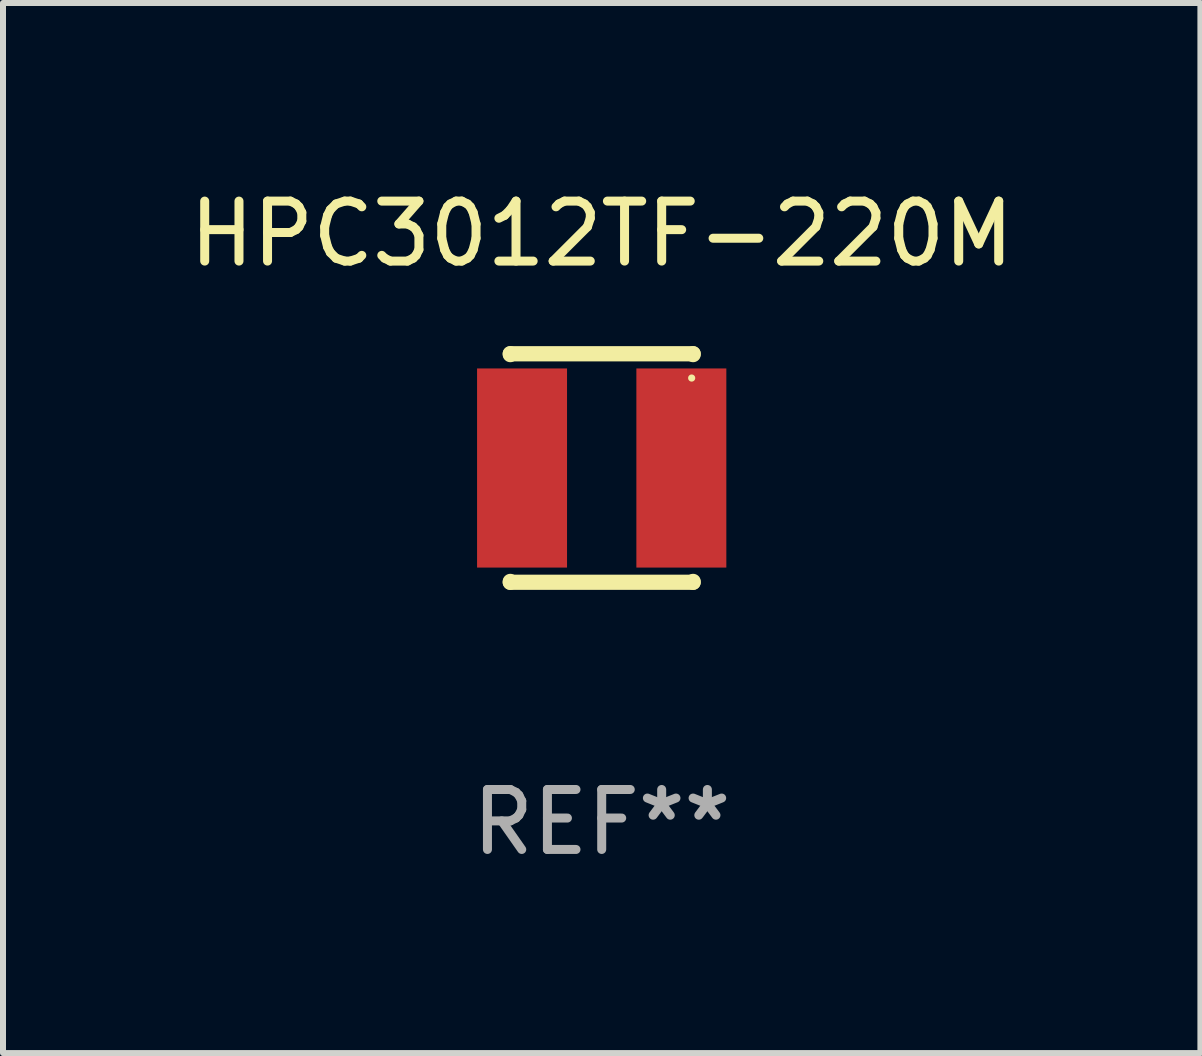
<source format=kicad_pcb>
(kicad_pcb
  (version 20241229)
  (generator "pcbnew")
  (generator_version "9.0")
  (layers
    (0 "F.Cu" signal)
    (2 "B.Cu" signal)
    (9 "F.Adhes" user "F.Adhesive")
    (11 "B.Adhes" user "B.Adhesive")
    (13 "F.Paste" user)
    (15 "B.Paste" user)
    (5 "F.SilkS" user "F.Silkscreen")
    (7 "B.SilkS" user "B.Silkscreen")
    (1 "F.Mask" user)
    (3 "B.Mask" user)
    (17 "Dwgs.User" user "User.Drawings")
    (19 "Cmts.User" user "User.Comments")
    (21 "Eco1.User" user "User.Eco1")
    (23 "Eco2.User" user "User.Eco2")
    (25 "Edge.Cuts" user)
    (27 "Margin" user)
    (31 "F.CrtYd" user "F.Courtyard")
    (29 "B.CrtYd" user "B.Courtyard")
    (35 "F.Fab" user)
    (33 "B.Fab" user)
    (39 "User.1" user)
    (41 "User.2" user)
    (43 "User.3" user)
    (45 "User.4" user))
  (footprint "HPC3012TF-220M"
    (layer "F.Cu")
    (at 6.982 4.753)
    (property "Reference" "HPC3012TF-220M" (at 0 -3.905 0) (layer "F.SilkS") (effects (font (size 1 1) (thickness 0.15))))
    (attr through_hole)
    (fp_line (start -1.524 -1.905) (end 1.524 -1.905) (stroke (width 0.254) (type solid)) (layer "F.SilkS"))
    (fp_line (start -1.524 -1.891) (end -1.524 -1.905) (stroke (width 0.254) (type solid)) (layer "F.SilkS"))
    (fp_line (start -1.524 1.905) (end -1.524 1.891) (stroke (width 0.254) (type solid)) (layer "F.SilkS"))
    (fp_line (start -1.524 1.905) (end 1.524 1.905) (stroke (width 0.254) (type solid)) (layer "F.SilkS"))
    (fp_line (start 1.524 -1.905) (end 1.524 -1.891) (stroke (width 0.254) (type solid)) (layer "F.SilkS"))
    (fp_line (start 1.524 1.891) (end 1.524 1.905) (stroke (width 0.254) (type solid)) (layer "F.SilkS"))
    (fp_circle (center 1.5 -1.5) (end 1.53 -1.5) (stroke (width 0.06) (type solid)) (fill no) (layer "F.SilkS"))
    (fp_text user "REF**" (at 0 5.905 0) (layer "F.Fab") (effects (font (size 1 1) (thickness 0.15))))
    (pad "1" smd rect (at 1.328 0) (size 1.5 3.32) (layers "F.Cu" "F.Mask" "F.Paste"))
    (pad "2" smd rect (at -1.328 0) (size 1.5 3.32) (layers "F.Cu" "F.Mask" "F.Paste")))
  (gr_rect
    (start -3 -3)
    (end 16.964 14.507)
    (stroke (width 0.1) (type default))
    (fill no)
    (layer "Edge.Cuts")))
</source>
